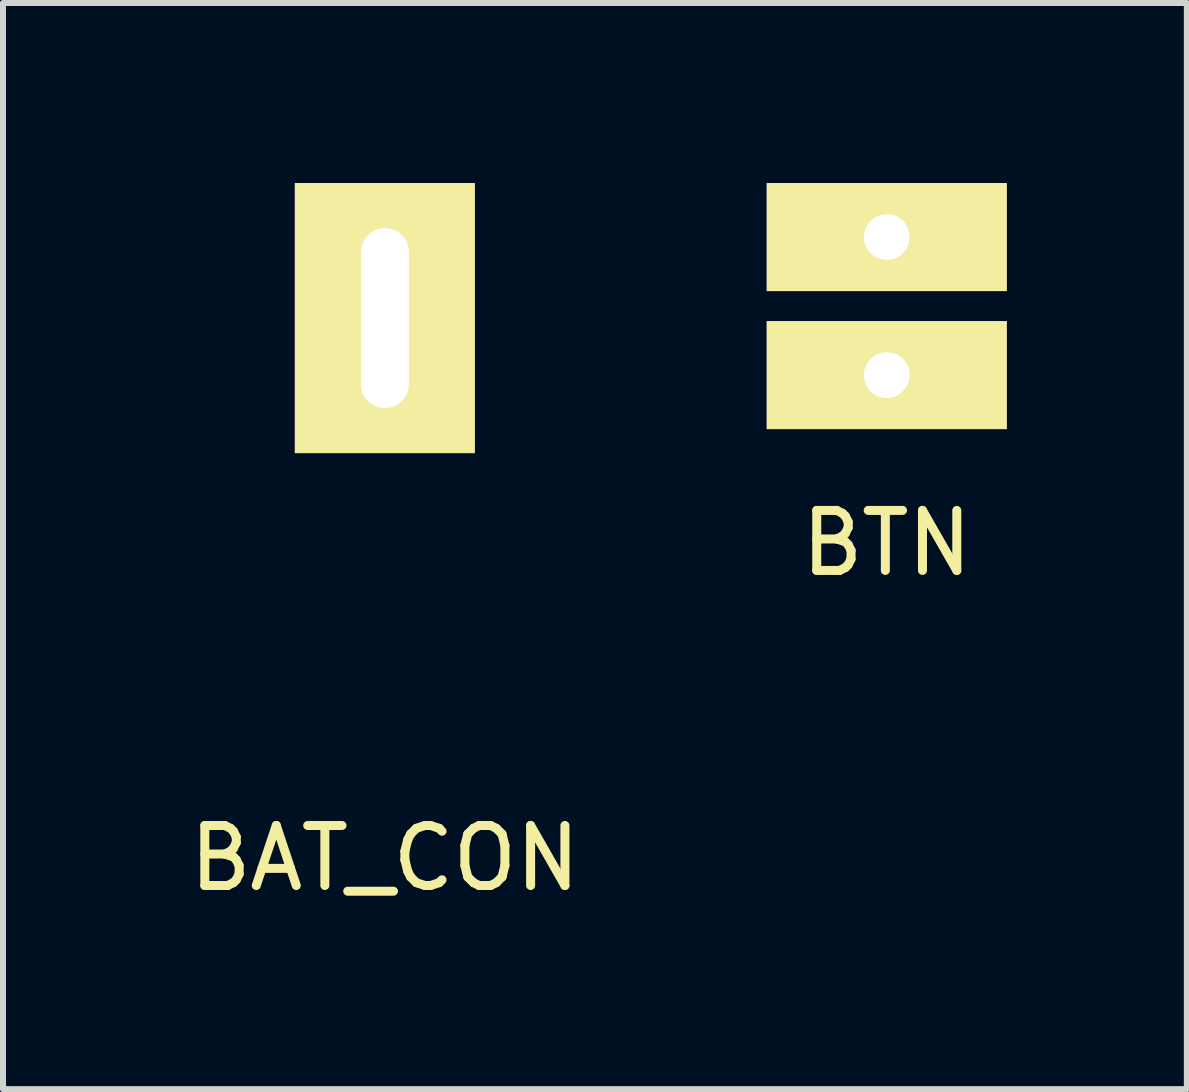
<source format=kicad_pcb>
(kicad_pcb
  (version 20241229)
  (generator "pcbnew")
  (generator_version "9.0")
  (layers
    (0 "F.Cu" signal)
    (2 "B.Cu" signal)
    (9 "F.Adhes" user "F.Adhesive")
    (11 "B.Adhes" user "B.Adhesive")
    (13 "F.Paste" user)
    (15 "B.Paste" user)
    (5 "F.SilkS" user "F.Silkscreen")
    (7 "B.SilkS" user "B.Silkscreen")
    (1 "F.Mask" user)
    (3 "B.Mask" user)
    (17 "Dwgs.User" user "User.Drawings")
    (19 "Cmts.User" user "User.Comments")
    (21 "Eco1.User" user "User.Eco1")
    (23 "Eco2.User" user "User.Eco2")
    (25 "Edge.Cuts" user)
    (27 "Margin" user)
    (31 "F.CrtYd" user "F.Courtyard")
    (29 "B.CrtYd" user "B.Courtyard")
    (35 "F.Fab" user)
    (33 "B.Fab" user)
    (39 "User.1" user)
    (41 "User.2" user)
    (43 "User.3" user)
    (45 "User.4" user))
  (footprint "BAT_CON"
    (layer "F.Cu")
    (at 3.363 2.25)
    (property "Reference" "BAT_CON" (at 0 9 0) (layer "F.SilkS") (effects (font (size 1 1) (thickness 0.15))))
    (attr through_hole)
    (pad "1" thru_hole rect (at 0 0) (size 3 4.5) (drill oval 0.8 3) (layers "*.Cu" "*.Mask" "F.SilkS")))
  (footprint "BTN"
    (layer "F.Cu")
    (at 11.726 2)
    (property "Reference" "BTN" (at 0 4 0) (layer "F.SilkS") (effects (font (size 1 1) (thickness 0.15))))
    (attr through_hole)
    (pad "1" thru_hole rect (at 0 -1.1) (size 4 1.8) (drill 0.762) (layers "*.Cu" "*.Mask" "F.SilkS"))
    (pad "2" thru_hole rect (at 0 1.2) (size 4 1.8) (drill 0.762) (layers "*.Cu" "*.Mask" "F.SilkS")))
  (gr_rect
    (start -3 -3)
    (end 16.726 15.098)
    (stroke (width 0.1) (type default))
    (fill no)
    (layer "Edge.Cuts")))
</source>
